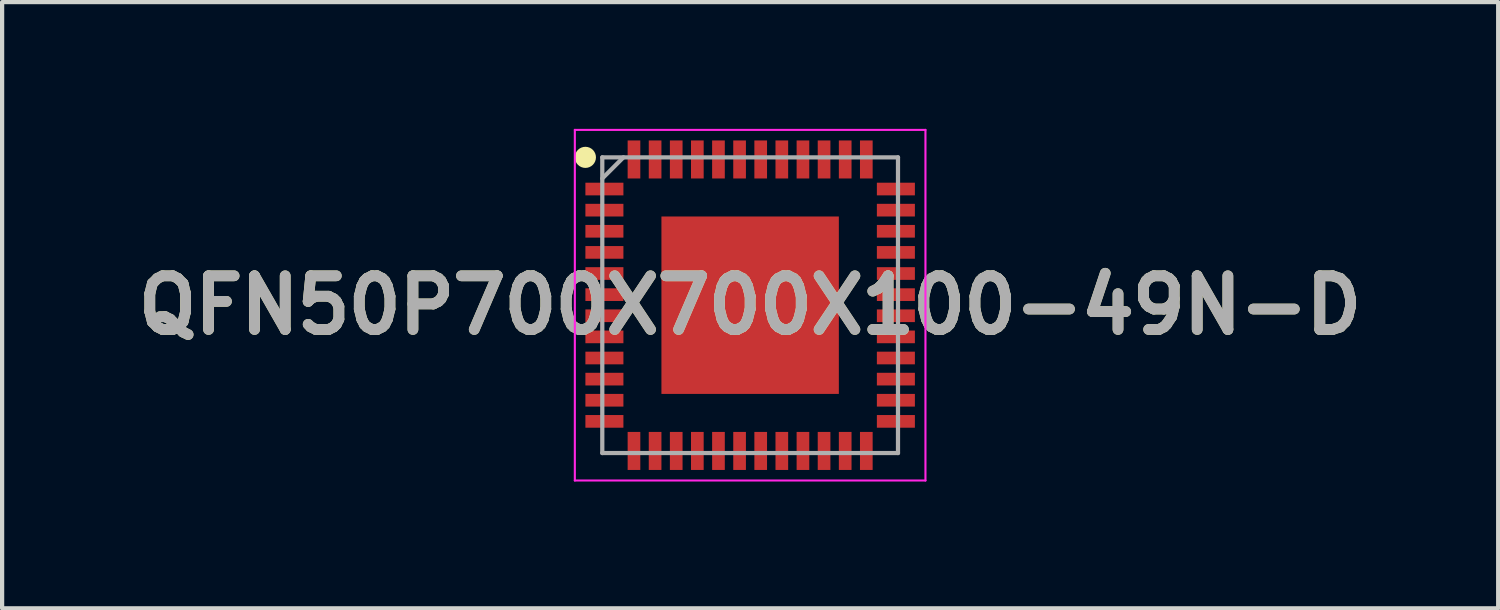
<source format=kicad_pcb>
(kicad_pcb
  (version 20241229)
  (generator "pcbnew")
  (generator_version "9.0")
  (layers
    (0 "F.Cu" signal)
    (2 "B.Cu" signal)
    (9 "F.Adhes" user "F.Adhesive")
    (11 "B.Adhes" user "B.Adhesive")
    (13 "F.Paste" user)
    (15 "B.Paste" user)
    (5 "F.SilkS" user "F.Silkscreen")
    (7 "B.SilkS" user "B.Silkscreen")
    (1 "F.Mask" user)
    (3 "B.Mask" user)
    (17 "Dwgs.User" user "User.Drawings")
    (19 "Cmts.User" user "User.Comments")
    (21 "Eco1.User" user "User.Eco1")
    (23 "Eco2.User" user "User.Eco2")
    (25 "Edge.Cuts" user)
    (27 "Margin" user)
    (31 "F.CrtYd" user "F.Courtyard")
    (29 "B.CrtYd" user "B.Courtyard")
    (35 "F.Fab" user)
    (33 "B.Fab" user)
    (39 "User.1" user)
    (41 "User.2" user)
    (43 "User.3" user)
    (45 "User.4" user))
  (footprint "QFN50P700X700X100-49N-D"
    (layer "F.Cu")
    (at 14.708 4.175)
    (property "Reference" "QFN50P700X700X100-49N-D" (at 0 0 0) (layer "F.SilkS") (effects (font (size 1.27 1.27) (thickness 0.254))))
    (attr smd)
    (fp_circle (center -3.9 -3.5) (end -3.9 -3.375) (stroke (width 0.25) (type solid)) (fill no) (layer "F.SilkS"))
    (fp_line (start -4.15 -4.15) (end 4.15 -4.15) (stroke (width 0.05) (type solid)) (layer "F.CrtYd"))
    (fp_line (start -4.15 4.15) (end -4.15 -4.15) (stroke (width 0.05) (type solid)) (layer "F.CrtYd"))
    (fp_line (start 4.15 -4.15) (end 4.15 4.15) (stroke (width 0.05) (type solid)) (layer "F.CrtYd"))
    (fp_line (start 4.15 4.15) (end -4.15 4.15) (stroke (width 0.05) (type solid)) (layer "F.CrtYd"))
    (fp_line (start -3.5 -3.5) (end 3.5 -3.5) (stroke (width 0.1) (type solid)) (layer "F.Fab"))
    (fp_line (start -3.5 -3) (end -3 -3.5) (stroke (width 0.1) (type solid)) (layer "F.Fab"))
    (fp_line (start -3.5 3.5) (end -3.5 -3.5) (stroke (width 0.1) (type solid)) (layer "F.Fab"))
    (fp_line (start 3.5 -3.5) (end 3.5 3.5) (stroke (width 0.1) (type solid)) (layer "F.Fab"))
    (fp_line (start 3.5 3.5) (end -3.5 3.5) (stroke (width 0.1) (type solid)) (layer "F.Fab"))
    (fp_text user "${REFERENCE}" (at 0 0 0) (layer "F.Fab") (effects (font (size 1.27 1.27) (thickness 0.254))))
    (pad "1" smd rect (at -3.45 -2.75 90) (size 0.3 0.9) (layers "F.Cu" "F.Mask" "F.Paste"))
    (pad "2" smd rect (at -3.45 -2.25 90) (size 0.3 0.9) (layers "F.Cu" "F.Mask" "F.Paste"))
    (pad "3" smd rect (at -3.45 -1.75 90) (size 0.3 0.9) (layers "F.Cu" "F.Mask" "F.Paste"))
    (pad "4" smd rect (at -3.45 -1.25 90) (size 0.3 0.9) (layers "F.Cu" "F.Mask" "F.Paste"))
    (pad "5" smd rect (at -3.45 -0.75 90) (size 0.3 0.9) (layers "F.Cu" "F.Mask" "F.Paste"))
    (pad "6" smd rect (at -3.45 -0.25 90) (size 0.3 0.9) (layers "F.Cu" "F.Mask" "F.Paste"))
    (pad "7" smd rect (at -3.45 0.25 90) (size 0.3 0.9) (layers "F.Cu" "F.Mask" "F.Paste"))
    (pad "8" smd rect (at -3.45 0.75 90) (size 0.3 0.9) (layers "F.Cu" "F.Mask" "F.Paste"))
    (pad "9" smd rect (at -3.45 1.25 90) (size 0.3 0.9) (layers "F.Cu" "F.Mask" "F.Paste"))
    (pad "10" smd rect (at -3.45 1.75 90) (size 0.3 0.9) (layers "F.Cu" "F.Mask" "F.Paste"))
    (pad "11" smd rect (at -3.45 2.25 90) (size 0.3 0.9) (layers "F.Cu" "F.Mask" "F.Paste"))
    (pad "12" smd rect (at -3.45 2.75 90) (size 0.3 0.9) (layers "F.Cu" "F.Mask" "F.Paste"))
    (pad "13" smd rect (at -2.75 3.45) (size 0.3 0.9) (layers "F.Cu" "F.Mask" "F.Paste"))
    (pad "14" smd rect (at -2.25 3.45) (size 0.3 0.9) (layers "F.Cu" "F.Mask" "F.Paste"))
    (pad "15" smd rect (at -1.75 3.45) (size 0.3 0.9) (layers "F.Cu" "F.Mask" "F.Paste"))
    (pad "16" smd rect (at -1.25 3.45) (size 0.3 0.9) (layers "F.Cu" "F.Mask" "F.Paste"))
    (pad "17" smd rect (at -0.75 3.45) (size 0.3 0.9) (layers "F.Cu" "F.Mask" "F.Paste"))
    (pad "18" smd rect (at -0.25 3.45) (size 0.3 0.9) (layers "F.Cu" "F.Mask" "F.Paste"))
    (pad "19" smd rect (at 0.25 3.45) (size 0.3 0.9) (layers "F.Cu" "F.Mask" "F.Paste"))
    (pad "20" smd rect (at 0.75 3.45) (size 0.3 0.9) (layers "F.Cu" "F.Mask" "F.Paste"))
    (pad "21" smd rect (at 1.25 3.45) (size 0.3 0.9) (layers "F.Cu" "F.Mask" "F.Paste"))
    (pad "22" smd rect (at 1.75 3.45) (size 0.3 0.9) (layers "F.Cu" "F.Mask" "F.Paste"))
    (pad "23" smd rect (at 2.25 3.45) (size 0.3 0.9) (layers "F.Cu" "F.Mask" "F.Paste"))
    (pad "24" smd rect (at 2.75 3.45) (size 0.3 0.9) (layers "F.Cu" "F.Mask" "F.Paste"))
    (pad "25" smd rect (at 3.45 2.75 90) (size 0.3 0.9) (layers "F.Cu" "F.Mask" "F.Paste"))
    (pad "26" smd rect (at 3.45 2.25 90) (size 0.3 0.9) (layers "F.Cu" "F.Mask" "F.Paste"))
    (pad "27" smd rect (at 3.45 1.75 90) (size 0.3 0.9) (layers "F.Cu" "F.Mask" "F.Paste"))
    (pad "28" smd rect (at 3.45 1.25 90) (size 0.3 0.9) (layers "F.Cu" "F.Mask" "F.Paste"))
    (pad "29" smd rect (at 3.45 0.75 90) (size 0.3 0.9) (layers "F.Cu" "F.Mask" "F.Paste"))
    (pad "30" smd rect (at 3.45 0.25 90) (size 0.3 0.9) (layers "F.Cu" "F.Mask" "F.Paste"))
    (pad "31" smd rect (at 3.45 -0.25 90) (size 0.3 0.9) (layers "F.Cu" "F.Mask" "F.Paste"))
    (pad "32" smd rect (at 3.45 -0.75 90) (size 0.3 0.9) (layers "F.Cu" "F.Mask" "F.Paste"))
    (pad "33" smd rect (at 3.45 -1.25 90) (size 0.3 0.9) (layers "F.Cu" "F.Mask" "F.Paste"))
    (pad "34" smd rect (at 3.45 -1.75 90) (size 0.3 0.9) (layers "F.Cu" "F.Mask" "F.Paste"))
    (pad "35" smd rect (at 3.45 -2.25 90) (size 0.3 0.9) (layers "F.Cu" "F.Mask" "F.Paste"))
    (pad "36" smd rect (at 3.45 -2.75 90) (size 0.3 0.9) (layers "F.Cu" "F.Mask" "F.Paste"))
    (pad "37" smd rect (at 2.75 -3.45) (size 0.3 0.9) (layers "F.Cu" "F.Mask" "F.Paste"))
    (pad "38" smd rect (at 2.25 -3.45) (size 0.3 0.9) (layers "F.Cu" "F.Mask" "F.Paste"))
    (pad "39" smd rect (at 1.75 -3.45) (size 0.3 0.9) (layers "F.Cu" "F.Mask" "F.Paste"))
    (pad "40" smd rect (at 1.25 -3.45) (size 0.3 0.9) (layers "F.Cu" "F.Mask" "F.Paste"))
    (pad "41" smd rect (at 0.75 -3.45) (size 0.3 0.9) (layers "F.Cu" "F.Mask" "F.Paste"))
    (pad "42" smd rect (at 0.25 -3.45) (size 0.3 0.9) (layers "F.Cu" "F.Mask" "F.Paste"))
    (pad "43" smd rect (at -0.25 -3.45) (size 0.3 0.9) (layers "F.Cu" "F.Mask" "F.Paste"))
    (pad "44" smd rect (at -0.75 -3.45) (size 0.3 0.9) (layers "F.Cu" "F.Mask" "F.Paste"))
    (pad "45" smd rect (at -1.25 -3.45) (size 0.3 0.9) (layers "F.Cu" "F.Mask" "F.Paste"))
    (pad "46" smd rect (at -1.75 -3.45) (size 0.3 0.9) (layers "F.Cu" "F.Mask" "F.Paste"))
    (pad "47" smd rect (at -2.25 -3.45) (size 0.3 0.9) (layers "F.Cu" "F.Mask" "F.Paste"))
    (pad "48" smd rect (at -2.75 -3.45) (size 0.3 0.9) (layers "F.Cu" "F.Mask" "F.Paste"))
    (pad "49" smd rect (at 0 0) (size 4.2 4.2) (layers "F.Cu" "F.Mask" "F.Paste")))
  (gr_rect
    (start -3 -3)
    (end 32.416 11.35)
    (stroke (width 0.1) (type default))
    (fill no)
    (layer "Edge.Cuts")))
</source>
